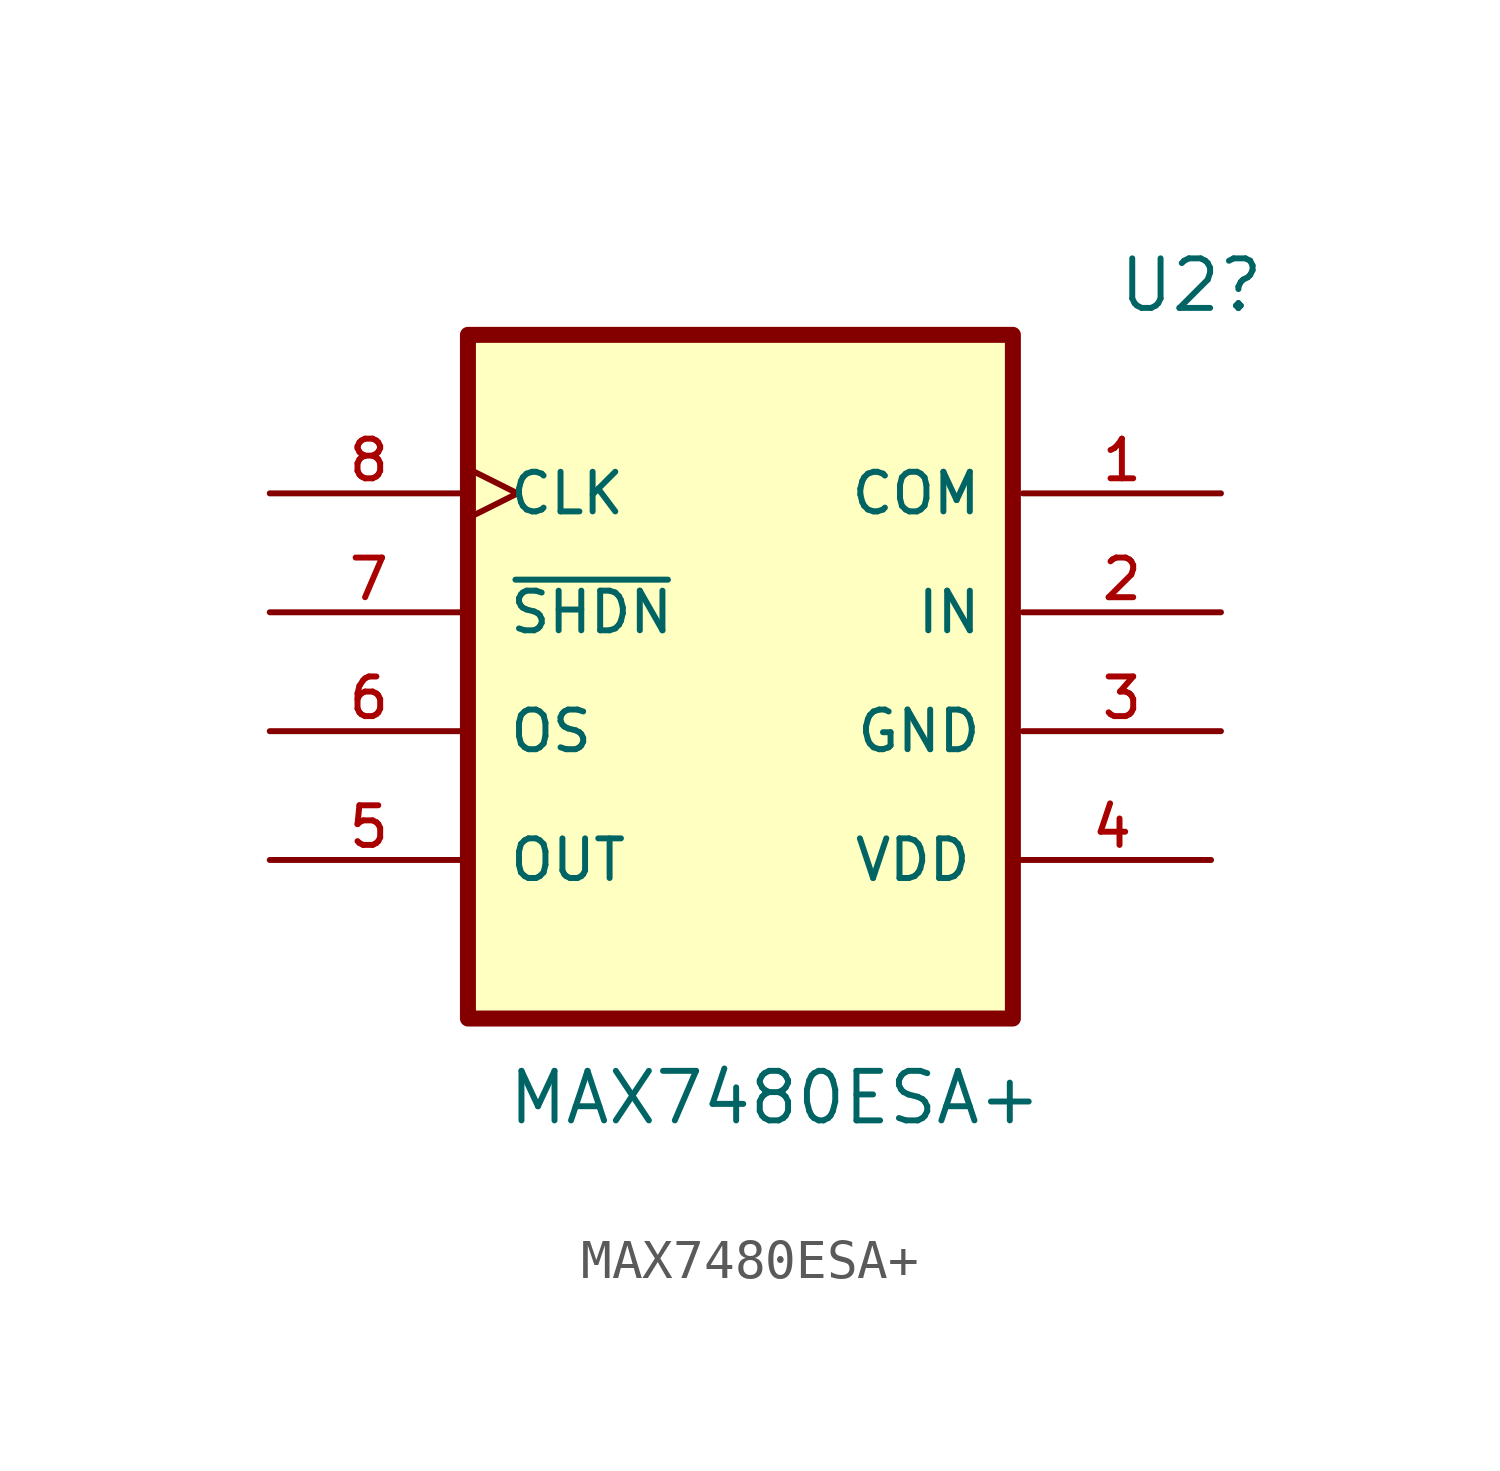
<source format=kicad_sym>
(kicad_symbol_lib
  (version 20231120)
  (generator "kicad_symbol_editor")
  (generator_version "8.0")
  (symbol "MAX7480ESA+"
    (pin_names
      (offset 1.016))
    (property "Reference" "U2"
      (at 5.842 16.51 0)
      (effects (font (size 1.27 1.27))))
    (property "Value" "MAX7480ESA+"
      (at -4.826 -4.318 0)
      (effects (font (size 1.27 1.27))))
    (symbol "MAX7480ESA+_0_0"
      (rectangle (start -12.7 15.24) (end 1.27 -2.286) (stroke (width 0.41) (type default)) (fill (type background)))
      (pin input line (at 6.604 11.176 180) (length 5.08) (name "COM" (effects (font (size 1.016 1.016)))) (number "1" (effects (font (size 1.016 1.016)))))
      (pin input line (at 6.604 8.128 180) (length 5.08) (name "IN" (effects (font (size 1.016 1.016)))) (number "2" (effects (font (size 1.016 1.016)))))
      (pin unspecified line (at 6.604 5.08 180) (length 5.08) (name "GND" (effects (font (size 1.016 1.016)))) (number "3" (effects (font (size 1.016 1.016)))))
      (pin power_in line (at 6.35 1.778 180) (length 5.08) (name "VDD" (effects (font (size 1.016 1.016)))) (number "4" (effects (font (size 1.016 1.016)))))
      (pin output line (at -17.78 1.778 0) (length 5.08) (name "OUT" (effects (font (size 1.016 1.016)))) (number "5" (effects (font (size 1.016 1.016)))))
      (pin input line (at -17.78 5.08 0) (length 5.08) (name "OS" (effects (font (size 1.016 1.016)))) (number "6" (effects (font (size 1.016 1.016)))))
      (pin input line (at -17.78 8.128 0) (length 5.08) (name "~{SHDN}" (effects (font (size 1.016 1.016)))) (number "7" (effects (font (size 1.016 1.016)))))
      (pin input clock (at -17.78 11.176 0) (length 5.08) (name "CLK" (effects (font (size 1.016 1.016)))) (number "8" (effects (font (size 1.016 1.016))))))))
</source>
